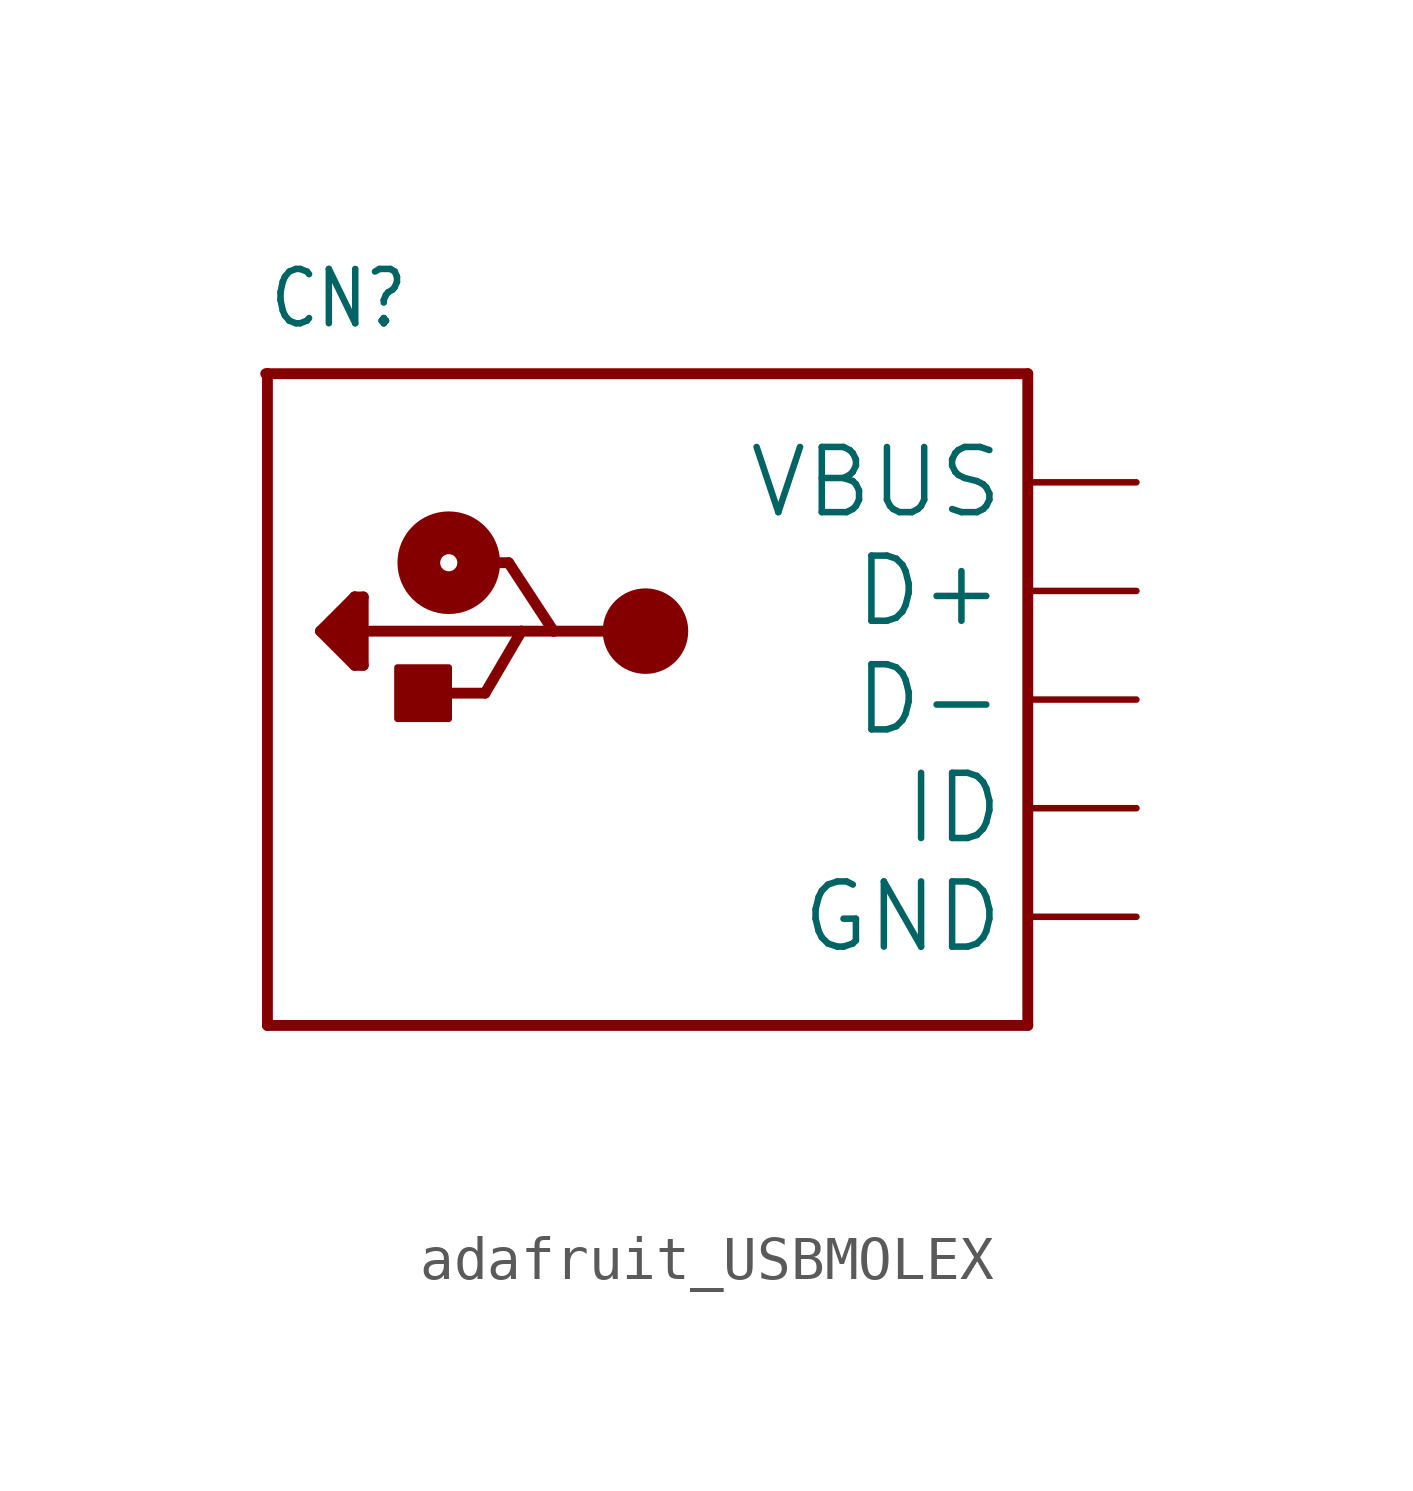
<source format=kicad_sym>
(kicad_symbol_lib
  (version 20241209)
  (generator "kicad_symbol_editor")
  (generator_version "9.0")
  (symbol "adafruit_USBMOLEX"
    (property "Reference" "CN"
      (at -10.16 8.636 0)
      (effects (font (size 1.27 1.079)) (justify left bottom)))
    (property "Value" ""
      (at -10.16 -10.16 0)
      (effects (font (size 1.27 1.079)) (justify left bottom)))
    (property "ki_locked" ""
      (at 0 0 0)
      (effects (font (size 1.27 1.27))))
    (symbol "adafruit_USBMOLEX_1_0"
      (polyline (pts (xy -10.2 7.62) (xy -10.16 7.62)) (stroke (width 0.254) (type solid)) (fill (type none)))
      (polyline (pts (xy -10.16 7.62) (xy -10.16 -7.62)) (stroke (width 0.254) (type solid)) (fill (type none)))
      (polyline (pts (xy -10.16 7.62) (xy 7.62 7.62)) (stroke (width 0.254) (type solid)) (fill (type none)))
      (polyline (pts (xy -10.16 -7.62) (xy 7.62 -7.62)) (stroke (width 0.254) (type solid)) (fill (type none)))
      (polyline (pts (xy -8.92 1.6) (xy -8.12 2.4)) (stroke (width 0.254) (type solid)) (fill (type none)))
      (polyline (pts (xy -8.52 1.6) (xy -8.52 1.4)) (stroke (width 0.254) (type solid)) (fill (type none)))
      (polyline (pts (xy -8.52 1.4) (xy -8.32 1.2)) (stroke (width 0.254) (type solid)) (fill (type none)))
      (polyline (pts (xy -8.32 2) (xy -8.72 1.6)) (stroke (width 0.254) (type solid)) (fill (type none)))
      (polyline (pts (xy -8.32 1.2) (xy -8.32 2)) (stroke (width 0.254) (type solid)) (fill (type none)))
      (polyline (pts (xy -8.12 2.4) (xy -7.92 2.4)) (stroke (width 0.254) (type solid)) (fill (type none)))
      (polyline (pts (xy -8.12 1) (xy -8.12 2.4)) (stroke (width 0.254) (type solid)) (fill (type none)))
      (polyline (pts (xy -8.12 0.8) (xy -8.92 1.6)) (stroke (width 0.254) (type solid)) (fill (type none)))
      (polyline (pts (xy -7.92 2.4) (xy -7.92 1.6)) (stroke (width 0.254) (type solid)) (fill (type none)))
      (polyline (pts (xy -7.92 1.6) (xy -7.92 0.8)) (stroke (width 0.254) (type solid)) (fill (type none)))
      (polyline (pts (xy -7.92 0.8) (xy -8.12 0.8)) (stroke (width 0.254) (type solid)) (fill (type none)))
      (rectangle (start -7.12 -0.45) (end -5.92 0.75) (stroke (width 0) (type default)) (fill (type outline)))
      (polyline (pts (xy -6.27 0.15) (xy -5.07 0.15)) (stroke (width 0.254) (type solid)) (fill (type none)))
      (circle (center -5.92 3.2) (radius 0.2) (stroke (width 1) (type solid)) (fill (type none)))
      (polyline (pts (xy -5.52 3.2) (xy -4.52 3.2)) (stroke (width 0.254) (type solid)) (fill (type none)))
      (polyline (pts (xy -5.07 0.15) (xy -4.22 1.6)) (stroke (width 0.254) (type solid)) (fill (type none)))
      (polyline (pts (xy -4.52 3.2) (xy -3.47 1.6)) (stroke (width 0.254) (type solid)) (fill (type none)))
      (polyline (pts (xy -4.22 1.6) (xy -7.92 1.6)) (stroke (width 0.254) (type solid)) (fill (type none)))
      (polyline (pts (xy -3.47 1.6) (xy -4.22 1.6)) (stroke (width 0.254) (type solid)) (fill (type none)))
      (circle (center -1.32 1.6) (radius 0.5) (stroke (width 1) (type solid)) (fill (type none)))
      (polyline (pts (xy -1.32 1.6) (xy -3.47 1.6)) (stroke (width 0.254) (type solid)) (fill (type none)))
      (polyline (pts (xy 7.62 7.62) (xy 7.62 -7.62)) (stroke (width 0.254) (type solid)) (fill (type none)))
      (pin power_in line (at 10.16 5.08 180) (length 2.54) (name "VBUS" (effects (font (size 1.524 1.524)))) (number "VBUS" (effects (font (size 0 0)))))
      (pin bidirectional line (at 10.16 2.54 180) (length 2.54) (name "D+" (effects (font (size 1.524 1.524)))) (number "D+" (effects (font (size 0 0)))))
      (pin bidirectional line (at 10.16 0 180) (length 2.54) (name "D-" (effects (font (size 1.524 1.524)))) (number "D-" (effects (font (size 0 0)))))
      (pin bidirectional line (at 10.16 -2.54 180) (length 2.54) (name "ID" (effects (font (size 1.524 1.524)))) (number "ID" (effects (font (size 0 0)))))
      (pin power_in line (at 10.16 -5.08 180) (length 2.54) (name "GND" (effects (font (size 1.524 1.524)))) (number "GND" (effects (font (size 0 0))))))))
</source>
